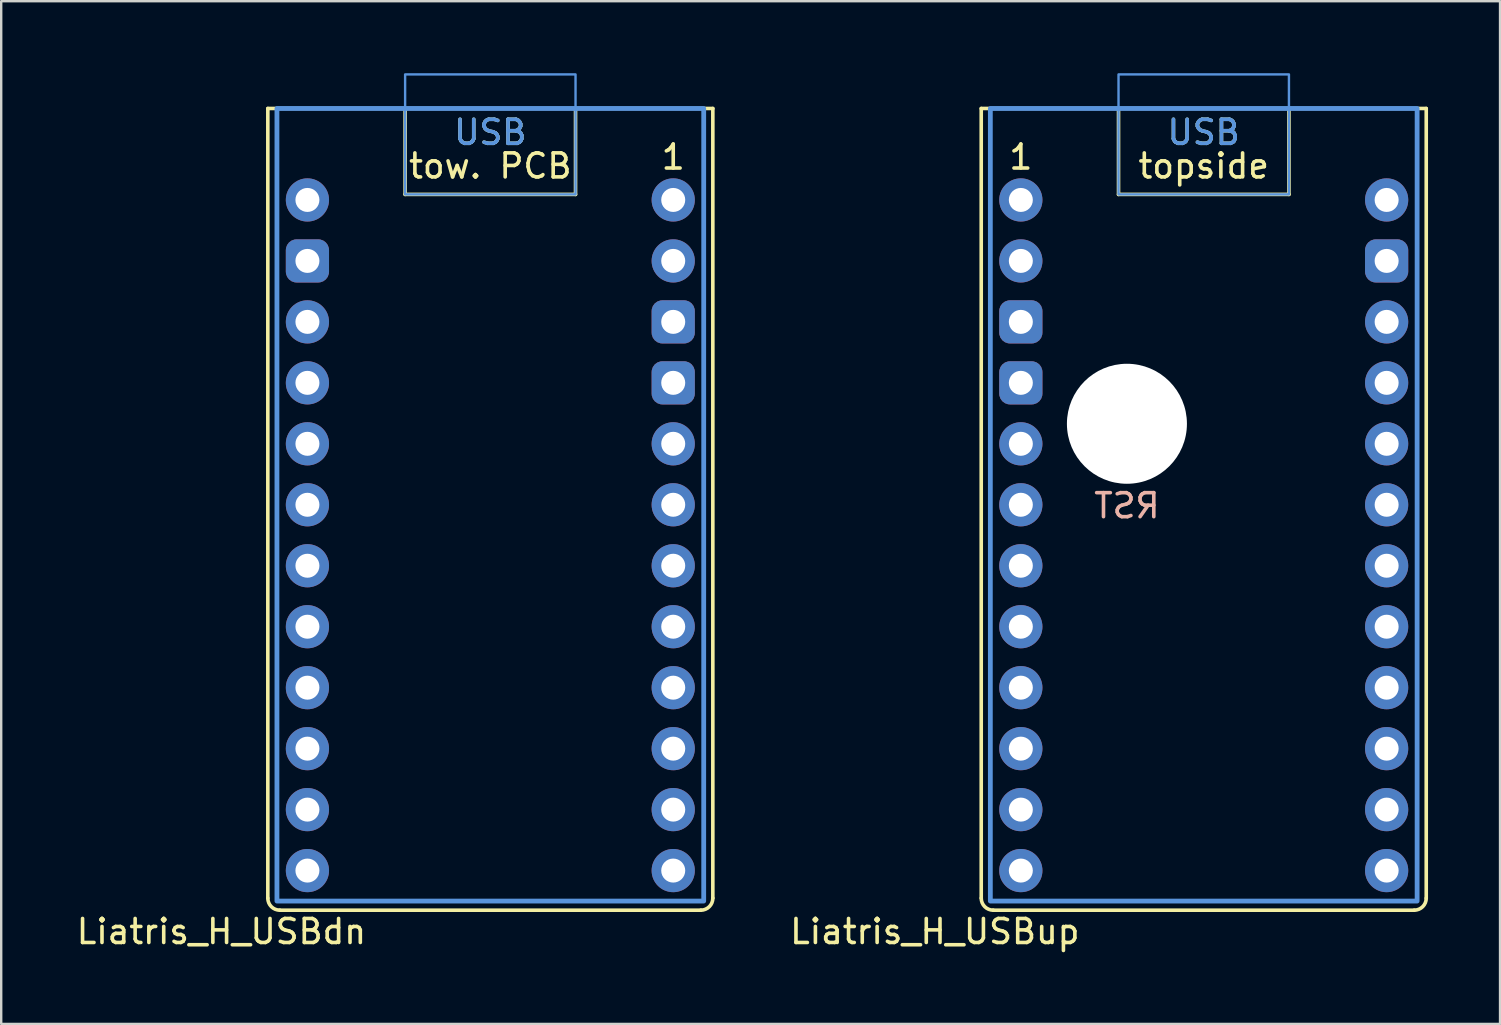
<source format=kicad_pcb>
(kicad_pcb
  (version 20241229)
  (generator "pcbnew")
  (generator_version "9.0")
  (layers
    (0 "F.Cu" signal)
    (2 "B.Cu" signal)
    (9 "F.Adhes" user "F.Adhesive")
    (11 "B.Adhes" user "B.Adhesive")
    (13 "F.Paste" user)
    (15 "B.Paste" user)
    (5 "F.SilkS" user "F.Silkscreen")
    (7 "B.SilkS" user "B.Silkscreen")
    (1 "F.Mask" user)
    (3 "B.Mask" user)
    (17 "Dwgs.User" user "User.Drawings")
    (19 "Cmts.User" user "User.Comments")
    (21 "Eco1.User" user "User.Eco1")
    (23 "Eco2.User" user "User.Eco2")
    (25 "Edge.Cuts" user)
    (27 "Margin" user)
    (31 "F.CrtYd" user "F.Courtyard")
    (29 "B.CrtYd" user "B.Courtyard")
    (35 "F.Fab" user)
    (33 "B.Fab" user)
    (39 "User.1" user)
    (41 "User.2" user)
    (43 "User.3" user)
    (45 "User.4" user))
  (footprint "Liatris_H_USBdn"
    (layer "F.Cu")
    (at 17.378 19.25)
    (property "Reference" "Liatris_H_USBdn" (at -5.08 16.51 0) (layer "F.SilkS") (effects (font (size 1 1) (thickness 0.15)) (justify right)))
    (attr through_hole exclude_from_pos_files exclude_from_bom)
    (fp_line (start -9.27 -17.78) (end -9.27 15.12) (stroke (width 0.15) (type default)) (layer "F.SilkS"))
    (fp_line (start -8.77 15.62) (end 8.77 15.62) (stroke (width 0.15) (type default)) (layer "F.SilkS"))
    (fp_line (start -3.55 -14.2) (end -3.55 -17.78) (stroke (width 0.15) (type default)) (layer "F.SilkS"))
    (fp_line (start 3.55 -14.2) (end -3.55 -14.2) (stroke (width 0.15) (type default)) (layer "F.SilkS"))
    (fp_line (start 3.55 -14.2) (end 3.55 -17.78) (stroke (width 0.15) (type default)) (layer "F.SilkS"))
    (fp_line (start 9.27 -17.78) (end -9.27 -17.78) (stroke (width 0.15) (type default)) (layer "F.SilkS"))
    (fp_line (start 9.27 15.12) (end 9.27 -17.78) (stroke (width 0.15) (type default)) (layer "F.SilkS"))
    (fp_arc (start -8.77 15.62) (mid -9.123553 15.473553) (end -9.27 15.12) (stroke (width 0.15) (type default)) (layer "F.SilkS"))
    (fp_arc (start 9.27 15.12) (mid 9.123553 15.473553) (end 8.77 15.62) (stroke (width 0.15) (type default)) (layer "F.SilkS"))
    (fp_rect (start -3.55 -19.2) (end 3.55 -14.2) (stroke (width 0.1) (type default)) (fill no) (layer "Cmts.User"))
    (fp_rect (start 8.89 -17.78) (end -8.89 15.24) (stroke (width 0.2) (type solid)) (fill no) (layer "Cmts.User"))
    (fp_text user "tow. PCB" (at 0 -14.8 0) (unlocked yes) (layer "F.SilkS") (effects (font (size 1 1) (thickness 0.15)) (justify bottom)))
    (fp_text user "1" (at 7.62 -15.17 0) (layer "F.SilkS") (effects (font (size 1 1) (thickness 0.15)) (justify bottom)))
    (fp_text user "USB" (at 0 -16.2 0) (unlocked yes) (layer "F.SilkS") (effects (font (size 1 1) (thickness 0.15)) (justify bottom)))
    (fp_text user "USB" (at 0 -16.2 0) (layer "Cmts.User") (effects (font (size 1 1) (thickness 0.15)) (justify bottom)))
    (pad "1" thru_hole circle (at 7.62 -13.97) (size 1.8 1.8) (drill 1) (layers "*.Cu" "B.Mask"))
    (pad "2" thru_hole circle (at 7.62 -11.43) (size 1.8 1.8) (drill 1) (layers "*.Cu" "B.Mask"))
    (pad "3" thru_hole roundrect (at 7.62 -8.89) (size 1.8 1.8) (drill 1) (layers "*.Cu" "B.Mask") (roundrect_rratio 0.25))
    (pad "4" thru_hole roundrect (at 7.62 -6.35) (size 1.8 1.8) (drill 1) (layers "*.Cu" "B.Mask") (roundrect_rratio 0.25))
    (pad "5" thru_hole circle (at 7.62 -3.81) (size 1.8 1.8) (drill 1) (layers "*.Cu" "B.Mask"))
    (pad "6" thru_hole circle (at 7.62 -1.27) (size 1.8 1.8) (drill 1) (layers "*.Cu" "B.Mask"))
    (pad "7" thru_hole circle (at 7.62 1.27) (size 1.8 1.8) (drill 1) (layers "*.Cu" "B.Mask"))
    (pad "8" thru_hole circle (at 7.62 3.81) (size 1.8 1.8) (drill 1) (layers "*.Cu" "B.Mask"))
    (pad "9" thru_hole circle (at 7.62 6.35) (size 1.8 1.8) (drill 1) (layers "*.Cu" "B.Mask"))
    (pad "10" thru_hole circle (at 7.62 8.89) (size 1.8 1.8) (drill 1) (layers "*.Cu" "B.Mask"))
    (pad "11" thru_hole circle (at 7.62 11.43) (size 1.8 1.8) (drill 1) (layers "*.Cu" "B.Mask"))
    (pad "12" thru_hole circle (at 7.62 13.97) (size 1.8 1.8) (drill 1) (layers "*.Cu" "B.Mask"))
    (pad "13" thru_hole circle (at -7.62 -13.97) (size 1.8 1.8) (drill 1) (layers "*.Cu" "B.Mask"))
    (pad "14" thru_hole roundrect (at -7.62 -11.43) (size 1.8 1.8) (drill 1) (layers "*.Cu" "B.Mask") (roundrect_rratio 0.25))
    (pad "15" thru_hole circle (at -7.62 -8.89) (size 1.8 1.8) (drill 1) (layers "*.Cu" "B.Mask"))
    (pad "16" thru_hole circle (at -7.62 -6.35) (size 1.8 1.8) (drill 1) (layers "*.Cu" "B.Mask"))
    (pad "17" thru_hole circle (at -7.62 -3.81) (size 1.8 1.8) (drill 1) (layers "*.Cu" "B.Mask"))
    (pad "18" thru_hole circle (at -7.62 -1.27) (size 1.8 1.8) (drill 1) (layers "*.Cu" "B.Mask"))
    (pad "19" thru_hole circle (at -7.62 1.27) (size 1.8 1.8) (drill 1) (layers "*.Cu" "B.Mask"))
    (pad "20" thru_hole circle (at -7.62 3.81) (size 1.8 1.8) (drill 1) (layers "*.Cu" "B.Mask"))
    (pad "21" thru_hole circle (at -7.62 6.35) (size 1.8 1.8) (drill 1) (layers "*.Cu" "B.Mask"))
    (pad "22" thru_hole circle (at -7.62 8.89) (size 1.8 1.8) (drill 1) (layers "*.Cu" "B.Mask"))
    (pad "23" thru_hole circle (at -7.62 11.43) (size 1.8 1.8) (drill 1) (layers "*.Cu" "B.Mask"))
    (pad "24" thru_hole circle (at -7.62 13.97) (size 1.8 1.8) (drill 1) (layers "*.Cu" "B.Mask")))
  (footprint "Liatris_H_USBup"
    (layer "F.Cu")
    (at 47.1 19.25)
    (property "Reference" "Liatris_H_USBup" (at -5.08 16.51 0) (layer "F.SilkS") (effects (font (size 1 1) (thickness 0.15)) (justify right)))
    (attr through_hole exclude_from_pos_files exclude_from_bom)
    (fp_line (start -9.27 -17.78) (end -9.27 15.12) (stroke (width 0.15) (type default)) (layer "F.SilkS"))
    (fp_line (start -8.77 15.62) (end 8.77 15.62) (stroke (width 0.15) (type default)) (layer "F.SilkS"))
    (fp_line (start -3.55 -14.2) (end -3.55 -17.78) (stroke (width 0.15) (type default)) (layer "F.SilkS"))
    (fp_line (start 3.55 -14.2) (end -3.55 -14.2) (stroke (width 0.15) (type default)) (layer "F.SilkS"))
    (fp_line (start 3.55 -14.2) (end 3.55 -17.78) (stroke (width 0.15) (type default)) (layer "F.SilkS"))
    (fp_line (start 9.27 -17.78) (end -9.27 -17.78) (stroke (width 0.15) (type default)) (layer "F.SilkS"))
    (fp_line (start 9.27 15.12) (end 9.27 -17.78) (stroke (width 0.15) (type default)) (layer "F.SilkS"))
    (fp_arc (start -8.77 15.62) (mid -9.123553 15.473553) (end -9.27 15.12) (stroke (width 0.15) (type default)) (layer "F.SilkS"))
    (fp_arc (start 9.27 15.12) (mid 9.123553 15.473553) (end 8.77 15.62) (stroke (width 0.15) (type default)) (layer "F.SilkS"))
    (fp_rect (start -3.55 -19.2) (end 3.55 -14.2) (stroke (width 0.1) (type default)) (fill no) (layer "Cmts.User"))
    (fp_rect (start 8.89 -17.78) (end -8.89 15.24) (stroke (width 0.2) (type solid)) (fill no) (layer "Cmts.User"))
    (fp_text user "topside" (at 0 -14.8 0) (unlocked yes) (layer "F.SilkS") (effects (font (size 1 1) (thickness 0.15)) (justify bottom)))
    (fp_text user "1" (at -7.62 -15.17 0) (layer "F.SilkS") (effects (font (size 1 1) (thickness 0.15)) (justify bottom)))
    (fp_text user "USB" (at 0 -16.2 0) (unlocked yes) (layer "F.SilkS") (effects (font (size 1 1) (thickness 0.15)) (justify bottom)))
    (fp_text user "RST" (at -3.2 -0.645 0) (unlocked yes) (layer "B.SilkS") (effects (font (size 1 1) (thickness 0.15)) (justify bottom mirror)))
    (fp_text user "USB" (at 0 -16.2 0) (layer "Cmts.User") (effects (font (size 1 1) (thickness 0.15)) (justify bottom)))
    (pad "" np_thru_hole circle (at -3.2 -4.645) (size 5 5) (drill 5) (layers "*.Cu" "*.Mask"))
    (pad "1" thru_hole circle (at -7.62 -13.97) (size 1.8 1.8) (drill 1) (layers "*.Cu" "B.Mask"))
    (pad "2" thru_hole circle (at -7.62 -11.43) (size 1.8 1.8) (drill 1) (layers "*.Cu" "B.Mask"))
    (pad "3" thru_hole roundrect (at -7.62 -8.89) (size 1.8 1.8) (drill 1) (layers "*.Cu" "B.Mask") (roundrect_rratio 0.25))
    (pad "4" thru_hole roundrect (at -7.62 -6.35) (size 1.8 1.8) (drill 1) (layers "*.Cu" "B.Mask") (roundrect_rratio 0.25))
    (pad "5" thru_hole circle (at -7.62 -3.81) (size 1.8 1.8) (drill 1) (layers "*.Cu" "B.Mask"))
    (pad "6" thru_hole circle (at -7.62 -1.27) (size 1.8 1.8) (drill 1) (layers "*.Cu" "B.Mask"))
    (pad "7" thru_hole circle (at -7.62 1.27) (size 1.8 1.8) (drill 1) (layers "*.Cu" "B.Mask"))
    (pad "8" thru_hole circle (at -7.62 3.81) (size 1.8 1.8) (drill 1) (layers "*.Cu" "B.Mask"))
    (pad "9" thru_hole circle (at -7.62 6.35) (size 1.8 1.8) (drill 1) (layers "*.Cu" "B.Mask"))
    (pad "10" thru_hole circle (at -7.62 8.89) (size 1.8 1.8) (drill 1) (layers "*.Cu" "B.Mask"))
    (pad "11" thru_hole circle (at -7.62 11.43) (size 1.8 1.8) (drill 1) (layers "*.Cu" "B.Mask"))
    (pad "12" thru_hole circle (at -7.62 13.97) (size 1.8 1.8) (drill 1) (layers "*.Cu" "B.Mask"))
    (pad "13" thru_hole circle (at 7.62 -13.97) (size 1.8 1.8) (drill 1) (layers "*.Cu" "B.Mask"))
    (pad "14" thru_hole roundrect (at 7.62 -11.43) (size 1.8 1.8) (drill 1) (layers "*.Cu" "B.Mask") (roundrect_rratio 0.25))
    (pad "15" thru_hole circle (at 7.62 -8.89) (size 1.8 1.8) (drill 1) (layers "*.Cu" "B.Mask"))
    (pad "16" thru_hole circle (at 7.62 -6.35) (size 1.8 1.8) (drill 1) (layers "*.Cu" "B.Mask"))
    (pad "17" thru_hole circle (at 7.62 -3.81) (size 1.8 1.8) (drill 1) (layers "*.Cu" "B.Mask"))
    (pad "18" thru_hole circle (at 7.62 -1.27) (size 1.8 1.8) (drill 1) (layers "*.Cu" "B.Mask"))
    (pad "19" thru_hole circle (at 7.62 1.27) (size 1.8 1.8) (drill 1) (layers "*.Cu" "B.Mask"))
    (pad "20" thru_hole circle (at 7.62 3.81) (size 1.8 1.8) (drill 1) (layers "*.Cu" "B.Mask"))
    (pad "21" thru_hole circle (at 7.62 6.35) (size 1.8 1.8) (drill 1) (layers "*.Cu" "B.Mask"))
    (pad "22" thru_hole circle (at 7.62 8.89) (size 1.8 1.8) (drill 1) (layers "*.Cu" "B.Mask"))
    (pad "23" thru_hole circle (at 7.62 11.43) (size 1.8 1.8) (drill 1) (layers "*.Cu" "B.Mask"))
    (pad "24" thru_hole circle (at 7.62 13.97) (size 1.8 1.8) (drill 1) (layers "*.Cu" "B.Mask")))
  (gr_rect
    (start -3 -3)
    (end 59.445 39.608)
    (stroke (width 0.1) (type default))
    (fill no)
    (layer "Edge.Cuts")))
</source>
